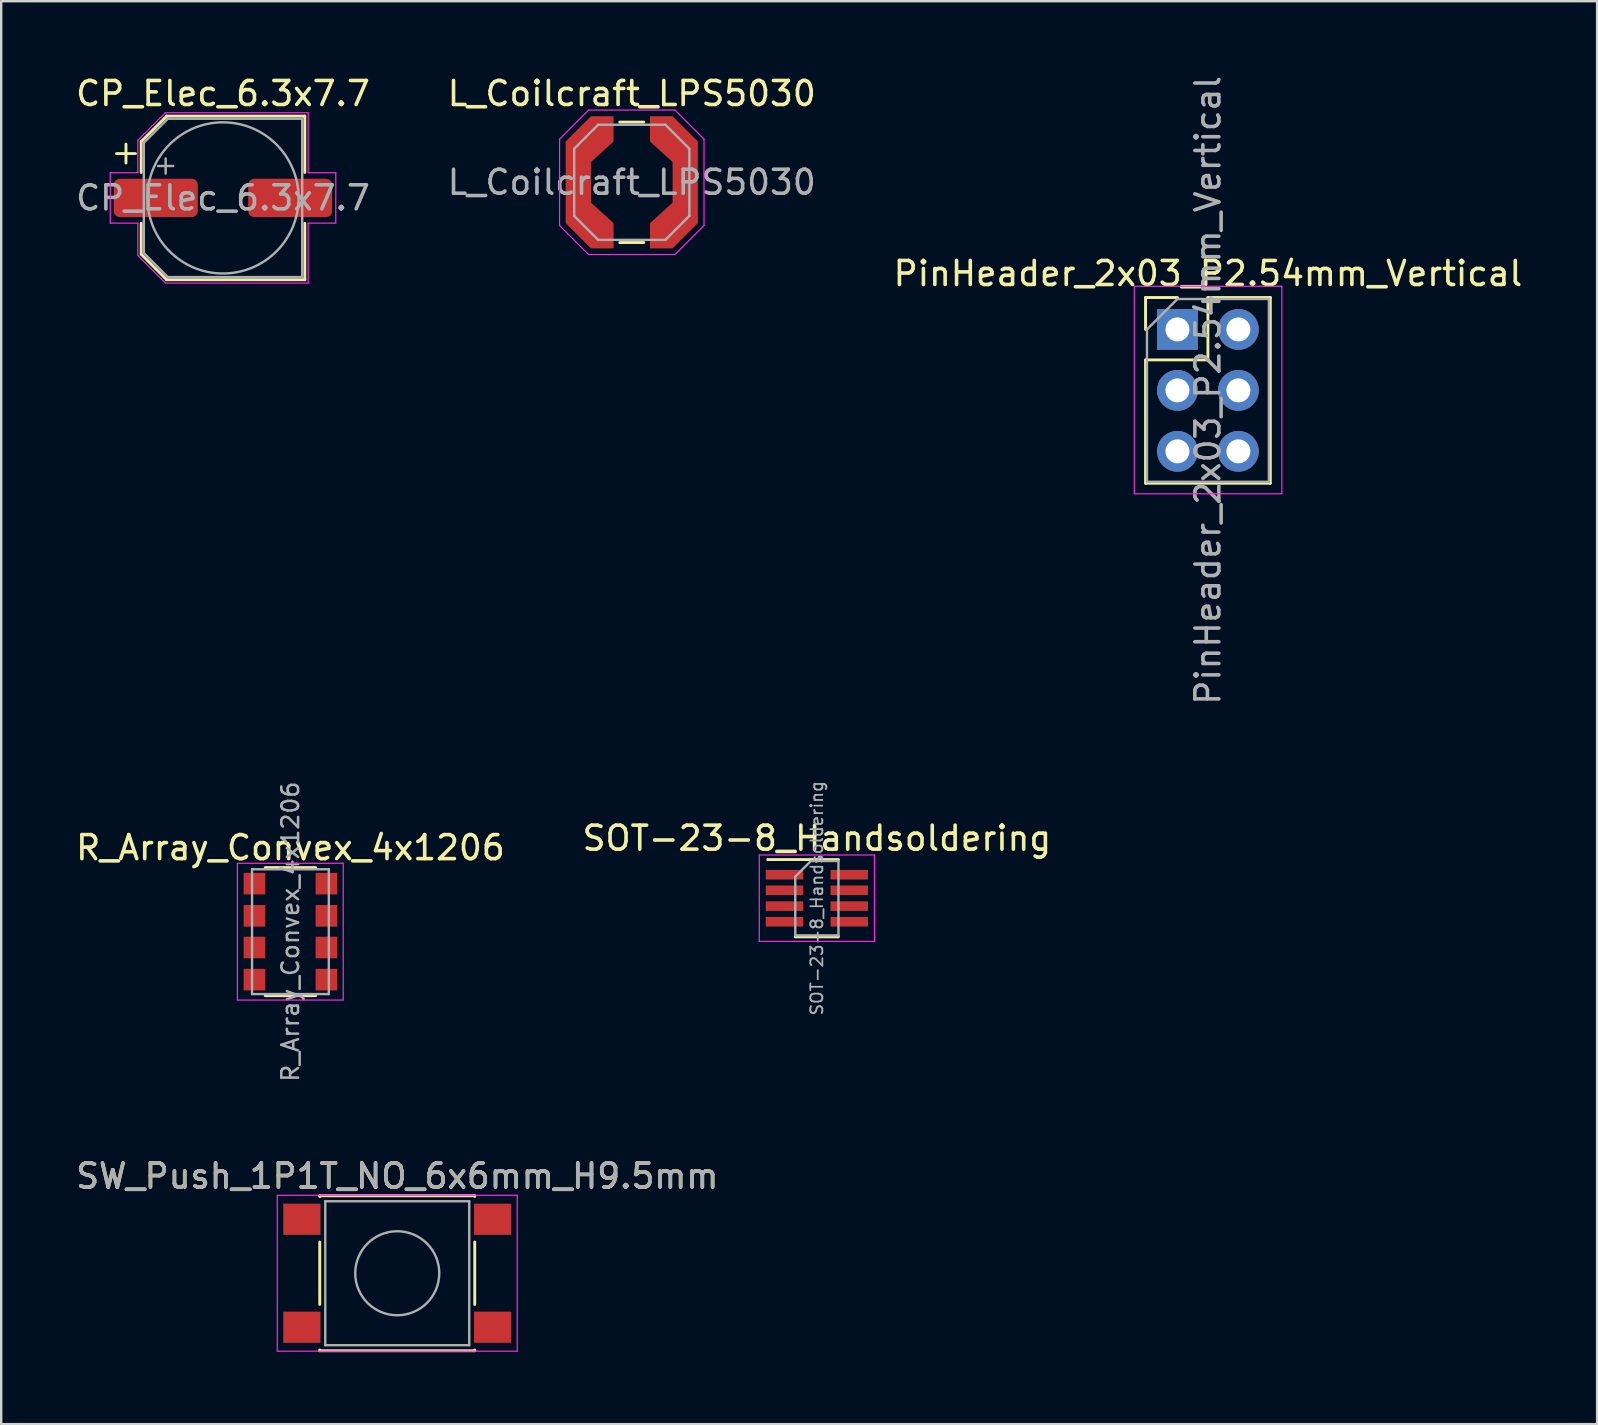
<source format=kicad_pcb>
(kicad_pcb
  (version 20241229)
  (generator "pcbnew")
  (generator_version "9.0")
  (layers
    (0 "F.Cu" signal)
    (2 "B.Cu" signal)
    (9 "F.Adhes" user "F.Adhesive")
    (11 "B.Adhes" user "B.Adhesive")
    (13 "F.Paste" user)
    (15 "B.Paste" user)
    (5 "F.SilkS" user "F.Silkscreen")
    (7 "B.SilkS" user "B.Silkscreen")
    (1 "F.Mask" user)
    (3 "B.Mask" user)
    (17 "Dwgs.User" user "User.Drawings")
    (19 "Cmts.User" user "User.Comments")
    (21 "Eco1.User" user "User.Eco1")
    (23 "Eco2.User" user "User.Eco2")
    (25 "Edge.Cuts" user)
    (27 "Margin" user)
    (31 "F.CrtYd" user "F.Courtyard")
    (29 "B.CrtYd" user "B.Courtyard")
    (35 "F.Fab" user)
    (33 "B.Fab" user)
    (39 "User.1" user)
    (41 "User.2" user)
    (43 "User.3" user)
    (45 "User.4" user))
  (footprint "SOT-23-8_Handsoldering"
    (layer "F.Cu")
    (at 30.994 34.384)
    (property "Reference" "SOT-23-8_Handsoldering" (at 0 -2.5 0) (layer "F.SilkS") (effects (font (size 1 1) (thickness 0.15))))
    (attr smd)
    (fp_line (start -0.9 1.61) (end 0.9 1.61) (stroke (width 0.12) (type solid)) (layer "F.SilkS"))
    (fp_line (start 0.9 -1.61) (end -2.05 -1.61) (stroke (width 0.12) (type solid)) (layer "F.SilkS"))
    (fp_line (start -2.4 -1.8) (end 2.4 -1.8) (stroke (width 0.05) (type solid)) (layer "F.CrtYd"))
    (fp_line (start -2.4 1.8) (end -2.4 -1.8) (stroke (width 0.05) (type solid)) (layer "F.CrtYd"))
    (fp_line (start 2.4 -1.8) (end 2.4 1.8) (stroke (width 0.05) (type solid)) (layer "F.CrtYd"))
    (fp_line (start 2.4 1.8) (end -2.4 1.8) (stroke (width 0.05) (type solid)) (layer "F.CrtYd"))
    (fp_line (start -0.9 -0.9) (end -0.9 1.55) (stroke (width 0.1) (type solid)) (layer "F.Fab"))
    (fp_line (start -0.9 -0.9) (end -0.25 -1.55) (stroke (width 0.1) (type solid)) (layer "F.Fab"))
    (fp_line (start 0.9 -1.55) (end -0.25 -1.55) (stroke (width 0.1) (type solid)) (layer "F.Fab"))
    (fp_line (start 0.9 -1.55) (end 0.9 1.55) (stroke (width 0.1) (type solid)) (layer "F.Fab"))
    (fp_line (start 0.9 1.55) (end -0.9 1.55) (stroke (width 0.1) (type solid)) (layer "F.Fab"))
    (fp_text user "${REFERENCE}" (at 0 0 90) (layer "F.Fab") (effects (font (size 0.5 0.5) (thickness 0.075))))
    (pad "1" smd rect (at -1.35 -0.98) (size 1.56 0.4) (layers "F.Cu" "F.Mask" "F.Paste"))
    (pad "2" smd rect (at -1.35 -0.33) (size 1.56 0.4) (layers "F.Cu" "F.Mask" "F.Paste"))
    (pad "3" smd rect (at -1.35 0.33) (size 1.56 0.4) (layers "F.Cu" "F.Mask" "F.Paste"))
    (pad "4" smd rect (at -1.35 0.98) (size 1.56 0.4) (layers "F.Cu" "F.Mask" "F.Paste"))
    (pad "5" smd rect (at 1.35 0.98) (size 1.56 0.4) (layers "F.Cu" "F.Mask" "F.Paste"))
    (pad "6" smd rect (at 1.35 0.33) (size 1.56 0.4) (layers "F.Cu" "F.Mask" "F.Paste"))
    (pad "7" smd rect (at 1.35 -0.33) (size 1.56 0.4) (layers "F.Cu" "F.Mask" "F.Paste"))
    (pad "8" smd rect (at 1.35 -0.98) (size 1.56 0.4) (layers "F.Cu" "F.Mask" "F.Paste")))
  (footprint "SW_Push_1P1T_NO_6x6mm_H9.5mm"
    (layer "F.Cu")
    (at 13.506 50.014)
    (property "Reference" "SW_Push_1P1T_NO_6x6mm_H9.5mm" (at 0 -4.05 0) (layer "F.SilkS") (effects (font (size 1 1) (thickness 0.15))))
    (attr smd)
    (fp_line (start -3.23 -3.23) (end 3.23 -3.23) (stroke (width 0.12) (type solid)) (layer "F.SilkS"))
    (fp_line (start -3.23 -3.2) (end -3.23 -3.23) (stroke (width 0.12) (type solid)) (layer "F.SilkS"))
    (fp_line (start -3.23 -1.3) (end -3.23 1.3) (stroke (width 0.12) (type solid)) (layer "F.SilkS"))
    (fp_line (start -3.23 3.23) (end -3.23 3.2) (stroke (width 0.12) (type solid)) (layer "F.SilkS"))
    (fp_line (start -3.23 3.23) (end 3.23 3.23) (stroke (width 0.12) (type solid)) (layer "F.SilkS"))
    (fp_line (start 3.23 -3.23) (end 3.23 -3.2) (stroke (width 0.12) (type solid)) (layer "F.SilkS"))
    (fp_line (start 3.23 -1.3) (end 3.23 1.3) (stroke (width 0.12) (type solid)) (layer "F.SilkS"))
    (fp_line (start 3.23 3.23) (end 3.23 3.2) (stroke (width 0.12) (type solid)) (layer "F.SilkS"))
    (fp_line (start -5 -3.25) (end -5 3.25) (stroke (width 0.05) (type solid)) (layer "F.CrtYd"))
    (fp_line (start -5 -3.25) (end 5 -3.25) (stroke (width 0.05) (type solid)) (layer "F.CrtYd"))
    (fp_line (start -5 3.25) (end 5 3.25) (stroke (width 0.05) (type solid)) (layer "F.CrtYd"))
    (fp_line (start 5 3.25) (end 5 -3.25) (stroke (width 0.05) (type solid)) (layer "F.CrtYd"))
    (fp_line (start -3 -3) (end -3 3) (stroke (width 0.1) (type solid)) (layer "F.Fab"))
    (fp_line (start -3 3) (end 3 3) (stroke (width 0.1) (type solid)) (layer "F.Fab"))
    (fp_line (start 3 -3) (end -3 -3) (stroke (width 0.1) (type solid)) (layer "F.Fab"))
    (fp_line (start 3 3) (end 3 -3) (stroke (width 0.1) (type solid)) (layer "F.Fab"))
    (fp_circle (center 0 0) (end 1.75 -0.05) (stroke (width 0.1) (type solid)) (fill no) (layer "F.Fab"))
    (fp_text user "${REFERENCE}" (at 0 -4.05 0) (layer "F.Fab") (effects (font (size 1 1) (thickness 0.15))))
    (pad "1" smd rect (at -3.975 -2.25) (size 1.55 1.3) (layers "F.Cu" "F.Mask" "F.Paste"))
    (pad "1" smd rect (at 3.975 -2.25) (size 1.55 1.3) (layers "F.Cu" "F.Mask" "F.Paste"))
    (pad "2" smd rect (at -3.975 2.25) (size 1.55 1.3) (layers "F.Cu" "F.Mask" "F.Paste"))
    (pad "2" smd rect (at 3.975 2.25) (size 1.55 1.3) (layers "F.Cu" "F.Mask" "F.Paste")))
  (footprint "R_Array_Convex_4x1206"
    (layer "F.Cu")
    (at 9.054 35.778)
    (property "Reference" "R_Array_Convex_4x1206" (at 0 -3.5 0) (layer "F.SilkS") (effects (font (size 1 1) (thickness 0.15))))
    (attr smd)
    (fp_line (start 1.05 -2.67) (end -1.05 -2.67) (stroke (width 0.12) (type solid)) (layer "F.SilkS"))
    (fp_line (start 1.05 2.67) (end -1.05 2.67) (stroke (width 0.12) (type solid)) (layer "F.SilkS"))
    (fp_line (start -2.21 -2.85) (end -2.21 2.85) (stroke (width 0.05) (type solid)) (layer "F.CrtYd"))
    (fp_line (start -2.21 -2.85) (end 2.2 -2.85) (stroke (width 0.05) (type solid)) (layer "F.CrtYd"))
    (fp_line (start 2.2 2.85) (end -2.21 2.85) (stroke (width 0.05) (type solid)) (layer "F.CrtYd"))
    (fp_line (start 2.2 2.85) (end 2.2 -2.85) (stroke (width 0.05) (type solid)) (layer "F.CrtYd"))
    (fp_line (start -1.6 -2.6) (end -1.6 2.6) (stroke (width 0.1) (type solid)) (layer "F.Fab"))
    (fp_line (start -1.6 2.6) (end 1.6 2.6) (stroke (width 0.1) (type solid)) (layer "F.Fab"))
    (fp_line (start 1.6 -2.6) (end -1.6 -2.6) (stroke (width 0.1) (type solid)) (layer "F.Fab"))
    (fp_line (start 1.6 2.6) (end 1.6 -2.6) (stroke (width 0.1) (type solid)) (layer "F.Fab"))
    (fp_text user "${REFERENCE}" (at 0 0 90) (layer "F.Fab") (effects (font (size 0.7 0.7) (thickness 0.105))))
    (pad "1" smd rect (at -1.5 -2) (size 0.9 0.9) (layers "F.Cu" "F.Mask" "F.Paste"))
    (pad "2" smd rect (at -1.5 -0.66) (size 0.9 0.9) (layers "F.Cu" "F.Mask" "F.Paste"))
    (pad "3" smd rect (at -1.5 0.66) (size 0.9 0.9) (layers "F.Cu" "F.Mask" "F.Paste"))
    (pad "4" smd rect (at -1.5 2) (size 0.9 0.9) (layers "F.Cu" "F.Mask" "F.Paste"))
    (pad "5" smd rect (at 1.5 2) (size 0.9 0.9) (layers "F.Cu" "F.Mask" "F.Paste"))
    (pad "6" smd rect (at 1.5 0.66) (size 0.9 0.9) (layers "F.Cu" "F.Mask" "F.Paste"))
    (pad "7" smd rect (at 1.5 -0.66) (size 0.9 0.9) (layers "F.Cu" "F.Mask" "F.Paste"))
    (pad "8" smd rect (at 1.5 -2) (size 0.9 0.9) (layers "F.Cu" "F.Mask" "F.Paste")))
  (footprint "PinHeader_2x03_P2.54mm_Vertical"
    (layer "F.Cu")
    (at 46.022 10.68)
    (property "Reference" "PinHeader_2x03_P2.54mm_Vertical" (at 1.27 -2.33 0) (layer "F.SilkS") (effects (font (size 1 1) (thickness 0.15))))
    (attr through_hole)
    (fp_line (start -1.33 -1.33) (end 0 -1.33) (stroke (width 0.12) (type solid)) (layer "F.SilkS"))
    (fp_line (start -1.33 0) (end -1.33 -1.33) (stroke (width 0.12) (type solid)) (layer "F.SilkS"))
    (fp_line (start -1.33 1.27) (end -1.33 6.41) (stroke (width 0.12) (type solid)) (layer "F.SilkS"))
    (fp_line (start -1.33 1.27) (end 1.27 1.27) (stroke (width 0.12) (type solid)) (layer "F.SilkS"))
    (fp_line (start -1.33 6.41) (end 3.87 6.41) (stroke (width 0.12) (type solid)) (layer "F.SilkS"))
    (fp_line (start 1.27 -1.33) (end 3.87 -1.33) (stroke (width 0.12) (type solid)) (layer "F.SilkS"))
    (fp_line (start 1.27 1.27) (end 1.27 -1.33) (stroke (width 0.12) (type solid)) (layer "F.SilkS"))
    (fp_line (start 3.87 -1.33) (end 3.87 6.41) (stroke (width 0.12) (type solid)) (layer "F.SilkS"))
    (fp_line (start -1.8 -1.8) (end -1.8 6.85) (stroke (width 0.05) (type solid)) (layer "F.CrtYd"))
    (fp_line (start -1.8 6.85) (end 4.35 6.85) (stroke (width 0.05) (type solid)) (layer "F.CrtYd"))
    (fp_line (start 4.35 -1.8) (end -1.8 -1.8) (stroke (width 0.05) (type solid)) (layer "F.CrtYd"))
    (fp_line (start 4.35 6.85) (end 4.35 -1.8) (stroke (width 0.05) (type solid)) (layer "F.CrtYd"))
    (fp_line (start -1.27 0) (end 0 -1.27) (stroke (width 0.1) (type solid)) (layer "F.Fab"))
    (fp_line (start -1.27 6.35) (end -1.27 0) (stroke (width 0.1) (type solid)) (layer "F.Fab"))
    (fp_line (start 0 -1.27) (end 3.81 -1.27) (stroke (width 0.1) (type solid)) (layer "F.Fab"))
    (fp_line (start 3.81 -1.27) (end 3.81 6.35) (stroke (width 0.1) (type solid)) (layer "F.Fab"))
    (fp_line (start 3.81 6.35) (end -1.27 6.35) (stroke (width 0.1) (type solid)) (layer "F.Fab"))
    (fp_text user "${REFERENCE}" (at 1.27 2.54 90) (layer "F.Fab") (effects (font (size 1 1) (thickness 0.15))))
    (pad "1" thru_hole rect (at 0 0) (size 1.7 1.7) (drill 1) (layers "*.Cu" "*.Mask"))
    (pad "2" thru_hole oval (at 2.54 0) (size 1.7 1.7) (drill 1) (layers "*.Cu" "*.Mask"))
    (pad "3" thru_hole oval (at 0 2.54) (size 1.7 1.7) (drill 1) (layers "*.Cu" "*.Mask"))
    (pad "4" thru_hole oval (at 2.54 2.54) (size 1.7 1.7) (drill 1) (layers "*.Cu" "*.Mask"))
    (pad "5" thru_hole oval (at 0 5.08) (size 1.7 1.7) (drill 1) (layers "*.Cu" "*.Mask"))
    (pad "6" thru_hole oval (at 2.54 5.08) (size 1.7 1.7) (drill 1) (layers "*.Cu" "*.Mask")))
  (footprint "CP_Elec_6.3x7.7"
    (layer "F.Cu")
    (at 6.244 5.198)
    (property "Reference" "CP_Elec_6.3x7.7" (at 0 -4.35 0) (layer "F.SilkS") (effects (font (size 1 1) (thickness 0.15))))
    (attr smd)
    (fp_line (start -4.438 -1.847) (end -3.65 -1.847) (stroke (width 0.12) (type solid)) (layer "F.SilkS"))
    (fp_line (start -4.044 -2.241) (end -4.044 -1.454) (stroke (width 0.12) (type solid)) (layer "F.SilkS"))
    (fp_line (start -3.41 -2.346) (end -3.41 -1.06) (stroke (width 0.12) (type solid)) (layer "F.SilkS"))
    (fp_line (start -3.41 -2.346) (end -2.346 -3.41) (stroke (width 0.12) (type solid)) (layer "F.SilkS"))
    (fp_line (start -3.41 2.346) (end -3.41 1.06) (stroke (width 0.12) (type solid)) (layer "F.SilkS"))
    (fp_line (start -3.41 2.346) (end -2.346 3.41) (stroke (width 0.12) (type solid)) (layer "F.SilkS"))
    (fp_line (start -2.346 -3.41) (end 3.41 -3.41) (stroke (width 0.12) (type solid)) (layer "F.SilkS"))
    (fp_line (start -2.346 3.41) (end 3.41 3.41) (stroke (width 0.12) (type solid)) (layer "F.SilkS"))
    (fp_line (start 3.41 -3.41) (end 3.41 -1.06) (stroke (width 0.12) (type solid)) (layer "F.SilkS"))
    (fp_line (start 3.41 3.41) (end 3.41 1.06) (stroke (width 0.12) (type solid)) (layer "F.SilkS"))
    (fp_line (start -4.7 -1.05) (end -4.7 1.05) (stroke (width 0.05) (type solid)) (layer "F.CrtYd"))
    (fp_line (start -4.7 1.05) (end -3.55 1.05) (stroke (width 0.05) (type solid)) (layer "F.CrtYd"))
    (fp_line (start -3.55 -2.4) (end -3.55 -1.05) (stroke (width 0.05) (type solid)) (layer "F.CrtYd"))
    (fp_line (start -3.55 -2.4) (end -2.4 -3.55) (stroke (width 0.05) (type solid)) (layer "F.CrtYd"))
    (fp_line (start -3.55 -1.05) (end -4.7 -1.05) (stroke (width 0.05) (type solid)) (layer "F.CrtYd"))
    (fp_line (start -3.55 1.05) (end -3.55 2.4) (stroke (width 0.05) (type solid)) (layer "F.CrtYd"))
    (fp_line (start -3.55 2.4) (end -2.4 3.55) (stroke (width 0.05) (type solid)) (layer "F.CrtYd"))
    (fp_line (start -2.4 -3.55) (end 3.55 -3.55) (stroke (width 0.05) (type solid)) (layer "F.CrtYd"))
    (fp_line (start -2.4 3.55) (end 3.55 3.55) (stroke (width 0.05) (type solid)) (layer "F.CrtYd"))
    (fp_line (start 3.55 -3.55) (end 3.55 -1.05) (stroke (width 0.05) (type solid)) (layer "F.CrtYd"))
    (fp_line (start 3.55 -1.05) (end 4.7 -1.05) (stroke (width 0.05) (type solid)) (layer "F.CrtYd"))
    (fp_line (start 3.55 1.05) (end 3.55 3.55) (stroke (width 0.05) (type solid)) (layer "F.CrtYd"))
    (fp_line (start 4.7 -1.05) (end 4.7 1.05) (stroke (width 0.05) (type solid)) (layer "F.CrtYd"))
    (fp_line (start 4.7 1.05) (end 3.55 1.05) (stroke (width 0.05) (type solid)) (layer "F.CrtYd"))
    (fp_line (start -3.3 -2.3) (end -3.3 2.3) (stroke (width 0.1) (type solid)) (layer "F.Fab"))
    (fp_line (start -3.3 -2.3) (end -2.3 -3.3) (stroke (width 0.1) (type solid)) (layer "F.Fab"))
    (fp_line (start -3.3 2.3) (end -2.3 3.3) (stroke (width 0.1) (type solid)) (layer "F.Fab"))
    (fp_line (start -2.705 -1.33) (end -2.075 -1.33) (stroke (width 0.1) (type solid)) (layer "F.Fab"))
    (fp_line (start -2.39 -1.645) (end -2.39 -1.015) (stroke (width 0.1) (type solid)) (layer "F.Fab"))
    (fp_line (start -2.3 -3.3) (end 3.3 -3.3) (stroke (width 0.1) (type solid)) (layer "F.Fab"))
    (fp_line (start -2.3 3.3) (end 3.3 3.3) (stroke (width 0.1) (type solid)) (layer "F.Fab"))
    (fp_line (start 3.3 -3.3) (end 3.3 3.3) (stroke (width 0.1) (type solid)) (layer "F.Fab"))
    (fp_circle (center 0 0) (end 3.15 0) (stroke (width 0.1) (type solid)) (fill no) (layer "F.Fab"))
    (fp_text user "${REFERENCE}" (at 0 0 0) (layer "F.Fab") (effects (font (size 1 1) (thickness 0.15))))
    (pad "1" smd roundrect (at -2.8 0) (size 3.5 1.6) (layers "F.Cu" "F.Mask" "F.Paste") (roundrect_rratio 0.156))
    (pad "2" smd roundrect (at 2.8 0) (size 3.5 1.6) (layers "F.Cu" "F.Mask" "F.Paste") (roundrect_rratio 0.156)))
  (footprint "L_Coilcraft_LPS5030"
    (layer "F.Cu")
    (at 23.28 4.548)
    (property "Reference" "L_Coilcraft_LPS5030" (at 0 -3.7 0) (layer "F.SilkS") (effects (font (size 1 1) (thickness 0.15))))
    (attr smd)
    (fp_line (start -0.5 -2.51) (end 0.5 -2.51) (stroke (width 0.12) (type solid)) (layer "F.SilkS"))
    (fp_line (start -0.5 2.51) (end 0.5 2.51) (stroke (width 0.12) (type solid)) (layer "F.SilkS"))
    (fp_line (start -3.01 -1.8) (end -1.8 -3.01) (stroke (width 0.05) (type solid)) (layer "F.CrtYd"))
    (fp_line (start -3.01 1.8) (end -3.01 -1.8) (stroke (width 0.05) (type solid)) (layer "F.CrtYd"))
    (fp_line (start -1.8 -3.01) (end 1.8 -3.01) (stroke (width 0.05) (type solid)) (layer "F.CrtYd"))
    (fp_line (start -1.8 3.01) (end -3.01 1.8) (stroke (width 0.05) (type solid)) (layer "F.CrtYd"))
    (fp_line (start 1.8 -3.01) (end 3.01 -1.8) (stroke (width 0.05) (type solid)) (layer "F.CrtYd"))
    (fp_line (start 1.8 3.01) (end -1.8 3.01) (stroke (width 0.05) (type solid)) (layer "F.CrtYd"))
    (fp_line (start 3.01 -1.8) (end 3.01 1.8) (stroke (width 0.05) (type solid)) (layer "F.CrtYd"))
    (fp_line (start 3.01 1.8) (end 1.8 3.01) (stroke (width 0.05) (type solid)) (layer "F.CrtYd"))
    (fp_line (start -2.4 -1.4) (end -1.4 -2.4) (stroke (width 0.1) (type solid)) (layer "F.Fab"))
    (fp_line (start -2.4 1.4) (end -2.4 -1.4) (stroke (width 0.1) (type solid)) (layer "F.Fab"))
    (fp_line (start -2.4 1.4) (end -1.4 2.4) (stroke (width 0.1) (type solid)) (layer "F.Fab"))
    (fp_line (start -1.4 -2.4) (end 1.4 -2.4) (stroke (width 0.1) (type solid)) (layer "F.Fab"))
    (fp_line (start 1.4 -2.4) (end 2.4 -1.4) (stroke (width 0.1) (type solid)) (layer "F.Fab"))
    (fp_line (start 1.4 2.4) (end -1.4 2.4) (stroke (width 0.1) (type solid)) (layer "F.Fab"))
    (fp_line (start 2.4 -1.4) (end 2.4 1.4) (stroke (width 0.1) (type solid)) (layer "F.Fab"))
    (fp_line (start 2.4 1.4) (end 1.4 2.4) (stroke (width 0.1) (type solid)) (layer "F.Fab"))
    (fp_text user "${REFERENCE}" (at 0 0 0) (layer "F.Fab") (effects (font (size 1 1) (thickness 0.15))))
    (pad "1" smd custom (at -2.228 0) (size 1.055 3.4) (layers "F.Cu" "F.Mask" "F.Paste") (options (anchor rect)) (primitives (gr_poly (pts (xy 1.468 -1.7) (xy 0.527 -0.845) (xy 0.527 0.845) (xy 1.468 1.7) (xy 1.468 2.755) (xy 0.527 2.755) (xy -0.527 1.7) (xy -0.527 -1.7) (xy 0.527 -2.755) (xy 1.468 -2.755)) (width 0) (fill yes))))
    (pad "2" smd custom (at 2.228 0) (size 1.055 3.4) (layers "F.Cu" "F.Mask" "F.Paste") (options (anchor rect)) (primitives (gr_poly (pts (xy -1.468 -1.7) (xy -0.527 -0.845) (xy -0.527 0.845) (xy -1.468 1.7) (xy -1.468 2.755) (xy -0.527 2.755) (xy 0.527 1.7) (xy 0.527 -1.7) (xy -0.527 -2.755) (xy -1.468 -2.755)) (width 0) (fill yes)))))
  (gr_rect
    (start -3 -3)
    (end 63.512 56.304)
    (stroke (width 0.1) (type default))
    (fill no)
    (layer "Edge.Cuts")))
</source>
